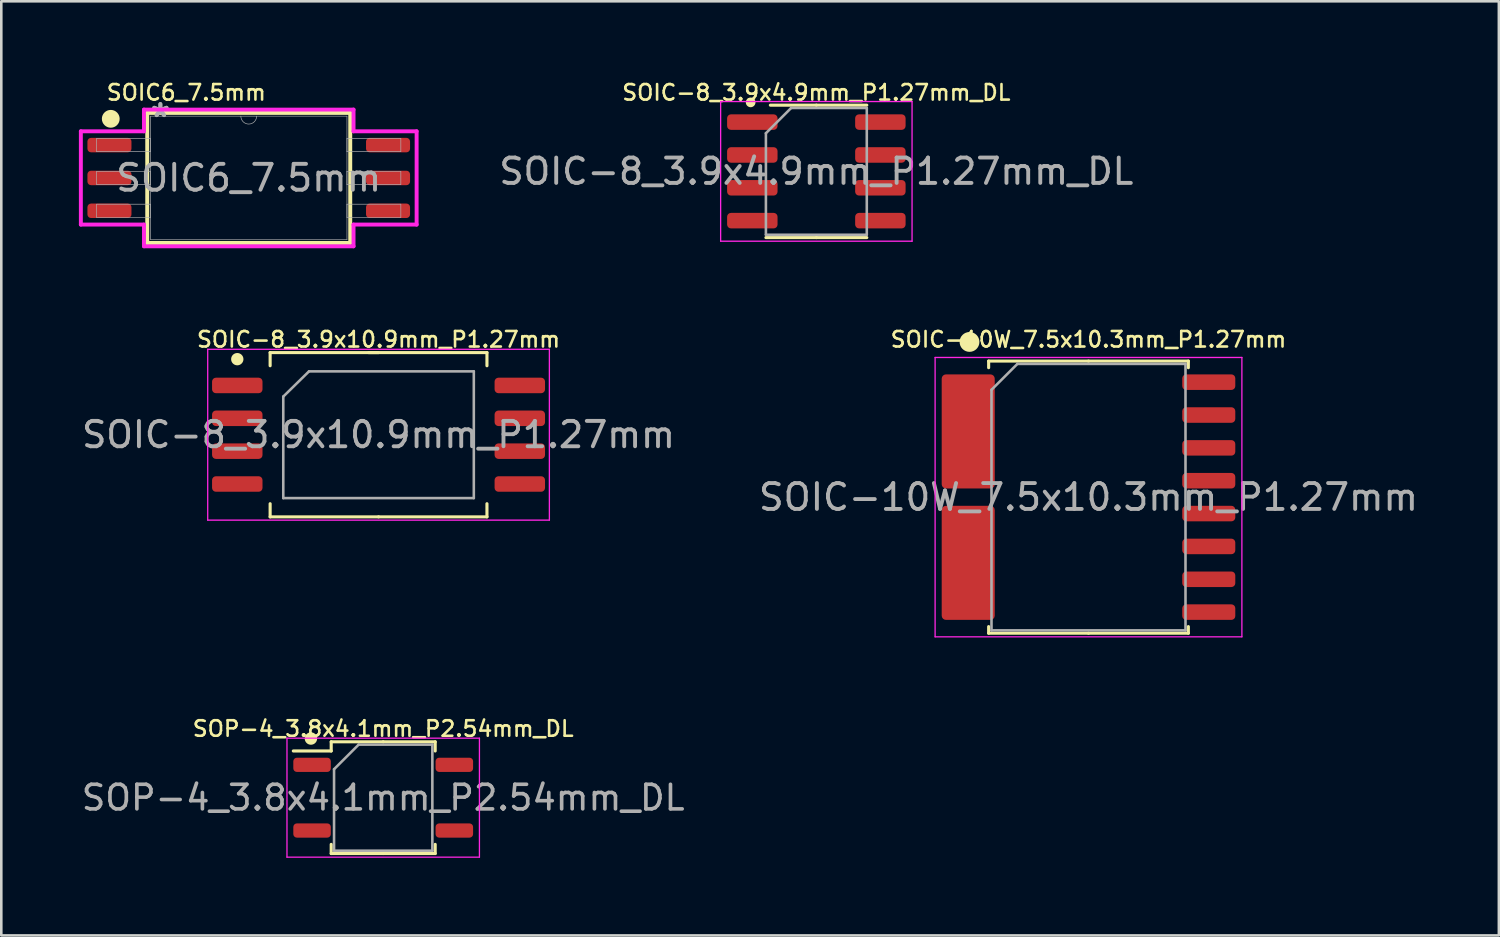
<source format=kicad_pcb>
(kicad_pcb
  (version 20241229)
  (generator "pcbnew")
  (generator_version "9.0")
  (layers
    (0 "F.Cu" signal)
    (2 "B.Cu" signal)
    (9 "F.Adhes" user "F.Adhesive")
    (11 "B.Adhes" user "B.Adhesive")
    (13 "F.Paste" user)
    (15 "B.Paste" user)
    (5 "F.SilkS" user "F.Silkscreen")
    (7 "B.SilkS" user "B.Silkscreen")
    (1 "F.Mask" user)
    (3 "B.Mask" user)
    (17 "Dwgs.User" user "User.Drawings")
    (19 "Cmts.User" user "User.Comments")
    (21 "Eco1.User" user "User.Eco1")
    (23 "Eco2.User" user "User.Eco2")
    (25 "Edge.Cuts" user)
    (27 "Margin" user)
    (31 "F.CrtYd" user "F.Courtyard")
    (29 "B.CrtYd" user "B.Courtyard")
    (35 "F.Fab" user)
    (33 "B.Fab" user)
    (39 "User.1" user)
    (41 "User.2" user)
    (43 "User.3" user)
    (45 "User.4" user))
  (footprint "SOIC-8_3.9x10.9mm_P1.27mm"
    (layer "F.Cu")
    (at 11.584 13.756)
    (property "Reference" "SOIC-8_3.9x10.9mm_P1.27mm" (at 0 -3.683 0) (layer "F.SilkS") (effects (font (size 0.6 0.6) (thickness 0.1))))
    (attr smd)
    (fp_line (start -4.191 -3.175) (end -4.191 -2.667) (stroke (width 0.12) (type default)) (layer "F.SilkS"))
    (fp_line (start -4.191 3.175) (end -4.191 2.667) (stroke (width 0.12) (type default)) (layer "F.SilkS"))
    (fp_line (start -0.381 -3.175) (end 4.191 -3.175) (stroke (width 0.12) (type solid)) (layer "F.SilkS"))
    (fp_line (start 0 -3.175) (end -4.191 -3.175) (stroke (width 0.12) (type solid)) (layer "F.SilkS"))
    (fp_line (start 0 3.175) (end -4.191 3.175) (stroke (width 0.12) (type solid)) (layer "F.SilkS"))
    (fp_line (start 0 3.175) (end 4.191 3.175) (stroke (width 0.12) (type solid)) (layer "F.SilkS"))
    (fp_line (start 4.191 -3.175) (end 4.191 -2.667) (stroke (width 0.12) (type default)) (layer "F.SilkS"))
    (fp_line (start 4.191 3.175) (end 4.191 2.667) (stroke (width 0.12) (type default)) (layer "F.SilkS"))
    (fp_circle (center -5.461 -2.921) (end -5.283 -2.915) (stroke (width 0.12) (type solid)) (fill yes) (layer "F.SilkS"))
    (fp_line (start -6.604 -3.302) (end -6.604 3.302) (stroke (width 0.05) (type solid)) (layer "F.CrtYd"))
    (fp_line (start -6.604 3.302) (end 6.604 3.302) (stroke (width 0.05) (type solid)) (layer "F.CrtYd"))
    (fp_line (start 6.604 -3.302) (end -6.604 -3.302) (stroke (width 0.05) (type solid)) (layer "F.CrtYd"))
    (fp_line (start 6.604 3.302) (end 6.604 -3.302) (stroke (width 0.05) (type solid)) (layer "F.CrtYd"))
    (fp_line (start -3.683 -1.475) (end -2.688 -2.45) (stroke (width 0.1) (type solid)) (layer "F.Fab"))
    (fp_line (start -3.683 2.45) (end -3.683 -1.475) (stroke (width 0.1) (type solid)) (layer "F.Fab"))
    (fp_line (start -2.688 -2.45) (end 3.683 -2.45) (stroke (width 0.1) (type solid)) (layer "F.Fab"))
    (fp_line (start 3.683 -2.45) (end 3.683 2.45) (stroke (width 0.1) (type solid)) (layer "F.Fab"))
    (fp_line (start 3.683 2.45) (end -3.683 2.45) (stroke (width 0.1) (type solid)) (layer "F.Fab"))
    (fp_text user "${REFERENCE}" (at 0 0 0) (layer "F.Fab") (effects (font (size 0.98 0.98) (thickness 0.15))))
    (pad "1" smd roundrect (at -5.461 -1.905) (size 1.95 0.6) (layers "F.Cu" "F.Mask" "F.Paste") (roundrect_rratio 0.25))
    (pad "2" smd roundrect (at -5.461 -0.635) (size 1.95 0.6) (layers "F.Cu" "F.Mask" "F.Paste") (roundrect_rratio 0.25))
    (pad "3" smd roundrect (at -5.461 0.635) (size 1.95 0.6) (layers "F.Cu" "F.Mask" "F.Paste") (roundrect_rratio 0.25))
    (pad "4" smd roundrect (at -5.461 1.905) (size 1.95 0.6) (layers "F.Cu" "F.Mask" "F.Paste") (roundrect_rratio 0.25))
    (pad "5" smd roundrect (at 5.461 1.905) (size 1.95 0.6) (layers "F.Cu" "F.Mask" "F.Paste") (roundrect_rratio 0.25))
    (pad "6" smd roundrect (at 5.461 0.635) (size 1.95 0.6) (layers "F.Cu" "F.Mask" "F.Paste") (roundrect_rratio 0.25))
    (pad "7" smd roundrect (at 5.461 -0.635) (size 1.95 0.6) (layers "F.Cu" "F.Mask" "F.Paste") (roundrect_rratio 0.25))
    (pad "8" smd roundrect (at 5.461 -1.905) (size 1.95 0.6) (layers "F.Cu" "F.Mask" "F.Paste") (roundrect_rratio 0.25)))
  (footprint "SOIC6_7.5mm"
    (layer "F.Cu")
    (at 6.566 3.829)
    (property "Reference" "SOIC6_7.5mm" (at -2.413 -3.302 0) (unlocked yes) (layer "F.SilkS") (effects (font (size 0.6 0.6) (thickness 0.1))))
    (attr smd)
    (fp_line (start -3.924 -2.515) (end -3.924 2.515) (stroke (width 0.152) (type solid)) (layer "F.SilkS"))
    (fp_line (start -3.924 2.515) (end 3.924 2.515) (stroke (width 0.152) (type solid)) (layer "F.SilkS"))
    (fp_line (start 3.924 -2.515) (end -3.924 -2.515) (stroke (width 0.152) (type solid)) (layer "F.SilkS"))
    (fp_line (start 3.924 2.515) (end 3.924 -2.515) (stroke (width 0.152) (type solid)) (layer "F.SilkS"))
    (fp_circle (center -5.334 -2.286) (end -5.05 -2.286) (stroke (width 0.12) (type solid)) (fill yes) (layer "F.SilkS"))
    (fp_line (start -6.49 -1.803) (end -4.051 -1.803) (stroke (width 0.152) (type solid)) (layer "F.CrtYd"))
    (fp_line (start -6.49 1.803) (end -6.49 -1.803) (stroke (width 0.152) (type solid)) (layer "F.CrtYd"))
    (fp_line (start -6.49 1.803) (end -4.051 1.803) (stroke (width 0.152) (type solid)) (layer "F.CrtYd"))
    (fp_line (start -4.051 -2.642) (end 4.051 -2.642) (stroke (width 0.152) (type solid)) (layer "F.CrtYd"))
    (fp_line (start -4.051 -1.803) (end -4.051 -2.642) (stroke (width 0.152) (type solid)) (layer "F.CrtYd"))
    (fp_line (start -4.051 2.642) (end -4.051 1.803) (stroke (width 0.152) (type solid)) (layer "F.CrtYd"))
    (fp_line (start 4.051 -2.642) (end 4.051 -1.803) (stroke (width 0.152) (type solid)) (layer "F.CrtYd"))
    (fp_line (start 4.051 1.803) (end 4.051 2.642) (stroke (width 0.152) (type solid)) (layer "F.CrtYd"))
    (fp_line (start 4.051 2.642) (end -4.051 2.642) (stroke (width 0.152) (type solid)) (layer "F.CrtYd"))
    (fp_line (start 6.49 -1.803) (end 4.051 -1.803) (stroke (width 0.152) (type solid)) (layer "F.CrtYd"))
    (fp_line (start 6.49 -1.803) (end 6.49 1.803) (stroke (width 0.152) (type solid)) (layer "F.CrtYd"))
    (fp_line (start 6.49 1.803) (end 4.051 1.803) (stroke (width 0.152) (type solid)) (layer "F.CrtYd"))
    (fp_line (start -5.88 -1.524) (end -5.88 -1.016) (stroke (width 0.025) (type solid)) (layer "F.Fab"))
    (fp_line (start -5.88 -1.016) (end -3.797 -1.016) (stroke (width 0.025) (type solid)) (layer "F.Fab"))
    (fp_line (start -5.88 -0.254) (end -5.88 0.254) (stroke (width 0.025) (type solid)) (layer "F.Fab"))
    (fp_line (start -5.88 0.254) (end -3.797 0.254) (stroke (width 0.025) (type solid)) (layer "F.Fab"))
    (fp_line (start -5.88 1.016) (end -5.88 1.524) (stroke (width 0.025) (type solid)) (layer "F.Fab"))
    (fp_line (start -5.88 1.524) (end -3.797 1.524) (stroke (width 0.025) (type solid)) (layer "F.Fab"))
    (fp_line (start -3.797 -2.388) (end -3.797 2.388) (stroke (width 0.025) (type solid)) (layer "F.Fab"))
    (fp_line (start -3.797 -1.524) (end -5.88 -1.524) (stroke (width 0.025) (type solid)) (layer "F.Fab"))
    (fp_line (start -3.797 -1.016) (end -3.797 -1.524) (stroke (width 0.025) (type solid)) (layer "F.Fab"))
    (fp_line (start -3.797 -0.254) (end -5.88 -0.254) (stroke (width 0.025) (type solid)) (layer "F.Fab"))
    (fp_line (start -3.797 0.254) (end -3.797 -0.254) (stroke (width 0.025) (type solid)) (layer "F.Fab"))
    (fp_line (start -3.797 1.016) (end -5.88 1.016) (stroke (width 0.025) (type solid)) (layer "F.Fab"))
    (fp_line (start -3.797 1.524) (end -3.797 1.016) (stroke (width 0.025) (type solid)) (layer "F.Fab"))
    (fp_line (start -3.797 2.388) (end 3.797 2.388) (stroke (width 0.025) (type solid)) (layer "F.Fab"))
    (fp_line (start 3.797 -2.388) (end -3.797 -2.388) (stroke (width 0.025) (type solid)) (layer "F.Fab"))
    (fp_line (start 3.797 -1.524) (end 3.797 -1.016) (stroke (width 0.025) (type solid)) (layer "F.Fab"))
    (fp_line (start 3.797 -1.016) (end 5.88 -1.016) (stroke (width 0.025) (type solid)) (layer "F.Fab"))
    (fp_line (start 3.797 -0.254) (end 3.797 0.254) (stroke (width 0.025) (type solid)) (layer "F.Fab"))
    (fp_line (start 3.797 0.254) (end 5.88 0.254) (stroke (width 0.025) (type solid)) (layer "F.Fab"))
    (fp_line (start 3.797 1.016) (end 3.797 1.524) (stroke (width 0.025) (type solid)) (layer "F.Fab"))
    (fp_line (start 3.797 1.524) (end 5.88 1.524) (stroke (width 0.025) (type solid)) (layer "F.Fab"))
    (fp_line (start 3.797 2.388) (end 3.797 -2.388) (stroke (width 0.025) (type solid)) (layer "F.Fab"))
    (fp_line (start 5.88 -1.524) (end 3.797 -1.524) (stroke (width 0.025) (type solid)) (layer "F.Fab"))
    (fp_line (start 5.88 -1.016) (end 5.88 -1.524) (stroke (width 0.025) (type solid)) (layer "F.Fab"))
    (fp_line (start 5.88 -0.254) (end 3.797 -0.254) (stroke (width 0.025) (type solid)) (layer "F.Fab"))
    (fp_line (start 5.88 0.254) (end 5.88 -0.254) (stroke (width 0.025) (type solid)) (layer "F.Fab"))
    (fp_line (start 5.88 1.016) (end 3.797 1.016) (stroke (width 0.025) (type solid)) (layer "F.Fab"))
    (fp_line (start 5.88 1.524) (end 5.88 1.016) (stroke (width 0.025) (type solid)) (layer "F.Fab"))
    (fp_arc (start 0.3048 -2.3876) (mid 0 -2.0828) (end -0.3048 -2.3876) (stroke (width 0.0254) (type solid)) (layer "F.Fab"))
    (fp_text user "*" (at -3.416 -2.311 0) (unlocked yes) (layer "F.Fab") (effects (font (size 1 1) (thickness 0.15))))
    (fp_text user "*" (at -3.416 -2.311 0) (layer "F.Fab") (effects (font (size 1 1) (thickness 0.15))))
    (fp_text user "${REFERENCE}" (at 0 0 0) (unlocked yes) (layer "F.Fab") (effects (font (size 1 1) (thickness 0.15))))
    (pad "1" smd roundrect (at -5.385 -1.27) (size 1.702 0.559) (layers "F.Cu" "F.Mask" "F.Paste") (roundrect_rratio 0.25))
    (pad "2" smd roundrect (at -5.385 0) (size 1.702 0.559) (layers "F.Cu" "F.Mask" "F.Paste") (roundrect_rratio 0.25))
    (pad "3" smd roundrect (at -5.385 1.27) (size 1.702 0.559) (layers "F.Cu" "F.Mask" "F.Paste") (roundrect_rratio 0.25))
    (pad "4" smd roundrect (at 5.385 1.27) (size 1.702 0.559) (layers "F.Cu" "F.Mask" "F.Paste") (roundrect_rratio 0.25))
    (pad "5" smd roundrect (at 5.385 0) (size 1.702 0.559) (layers "F.Cu" "F.Mask" "F.Paste") (roundrect_rratio 0.25))
    (pad "6" smd roundrect (at 5.385 -1.27) (size 1.702 0.559) (layers "F.Cu" "F.Mask" "F.Paste") (roundrect_rratio 0.25)))
  (footprint "SOP-4_3.8x4.1mm_P2.54mm_DL"
    (layer "F.Cu")
    (at 11.764 27.787)
    (property "Reference" "SOP-4_3.8x4.1mm_P2.54mm_DL" (at 0 -2.667 0) (layer "F.SilkS") (effects (font (size 0.6 0.6) (thickness 0.1))))
    (attr smd)
    (fp_line (start -2.01 -2.16) (end -2.01 -1.805) (stroke (width 0.12) (type solid)) (layer "F.SilkS"))
    (fp_line (start -2.01 -1.805) (end -3.475 -1.805) (stroke (width 0.12) (type solid)) (layer "F.SilkS"))
    (fp_line (start -2.01 2.16) (end -2.01 1.805) (stroke (width 0.12) (type solid)) (layer "F.SilkS"))
    (fp_line (start 0 -2.16) (end -2.01 -2.16) (stroke (width 0.12) (type solid)) (layer "F.SilkS"))
    (fp_line (start 0 -2.16) (end 2.01 -2.16) (stroke (width 0.12) (type solid)) (layer "F.SilkS"))
    (fp_line (start 0 2.16) (end -2.01 2.16) (stroke (width 0.12) (type solid)) (layer "F.SilkS"))
    (fp_line (start 0 2.16) (end 2.01 2.16) (stroke (width 0.12) (type solid)) (layer "F.SilkS"))
    (fp_line (start 2.01 -2.16) (end 2.01 -1.805) (stroke (width 0.12) (type solid)) (layer "F.SilkS"))
    (fp_line (start 2.01 2.16) (end 2.01 1.805) (stroke (width 0.12) (type solid)) (layer "F.SilkS"))
    (fp_circle (center -2.794 -2.286) (end -2.614 -2.286) (stroke (width 0.12) (type solid)) (fill yes) (layer "F.SilkS"))
    (fp_line (start -3.72 -2.3) (end -3.72 2.3) (stroke (width 0.05) (type solid)) (layer "F.CrtYd"))
    (fp_line (start -3.72 2.3) (end 3.72 2.3) (stroke (width 0.05) (type solid)) (layer "F.CrtYd"))
    (fp_line (start 3.72 -2.3) (end -3.72 -2.3) (stroke (width 0.05) (type solid)) (layer "F.CrtYd"))
    (fp_line (start 3.72 2.3) (end 3.72 -2.3) (stroke (width 0.05) (type solid)) (layer "F.CrtYd"))
    (fp_line (start -1.9 -1.1) (end -0.95 -2.05) (stroke (width 0.1) (type solid)) (layer "F.Fab"))
    (fp_line (start -1.9 2.05) (end -1.9 -1.1) (stroke (width 0.1) (type solid)) (layer "F.Fab"))
    (fp_line (start -0.95 -2.05) (end 1.9 -2.05) (stroke (width 0.1) (type solid)) (layer "F.Fab"))
    (fp_line (start 1.9 -2.05) (end 1.9 2.05) (stroke (width 0.1) (type solid)) (layer "F.Fab"))
    (fp_line (start 1.9 2.05) (end -1.9 2.05) (stroke (width 0.1) (type solid)) (layer "F.Fab"))
    (fp_text user "${REFERENCE}" (at 0 0 0) (layer "F.Fab") (effects (font (size 0.95 0.95) (thickness 0.14))))
    (pad "1" smd roundrect (at -2.75 -1.27) (size 1.45 0.55) (layers "F.Cu" "F.Mask" "F.Paste") (roundrect_rratio 0.25))
    (pad "2" smd roundrect (at -2.75 1.27) (size 1.45 0.55) (layers "F.Cu" "F.Mask" "F.Paste") (roundrect_rratio 0.25))
    (pad "3" smd roundrect (at 2.75 1.27) (size 1.45 0.55) (layers "F.Cu" "F.Mask" "F.Paste") (roundrect_rratio 0.25))
    (pad "4" smd roundrect (at 2.75 -1.27) (size 1.45 0.55) (layers "F.Cu" "F.Mask" "F.Paste") (roundrect_rratio 0.25)))
  (footprint "SOIC-8_3.9x4.9mm_P1.27mm_DL"
    (layer "F.Cu")
    (at 28.509 3.575)
    (property "Reference" "SOIC-8_3.9x4.9mm_P1.27mm_DL" (at 0 -3.048 0) (layer "F.SilkS") (effects (font (size 0.6 0.6) (thickness 0.1))))
    (attr smd)
    (fp_line (start 0 -2.56) (end -1.778 -2.56) (stroke (width 0.12) (type solid)) (layer "F.SilkS"))
    (fp_line (start 0 -2.56) (end 1.95 -2.56) (stroke (width 0.12) (type solid)) (layer "F.SilkS"))
    (fp_line (start 0 2.56) (end -1.95 2.56) (stroke (width 0.12) (type solid)) (layer "F.SilkS"))
    (fp_line (start 0 2.56) (end 1.95 2.56) (stroke (width 0.12) (type solid)) (layer "F.SilkS"))
    (fp_circle (center -2.54 -2.667) (end -2.413 -2.667) (stroke (width 0.12) (type solid)) (fill yes) (layer "F.SilkS"))
    (fp_line (start -3.7 -2.7) (end -3.7 2.7) (stroke (width 0.05) (type solid)) (layer "F.CrtYd"))
    (fp_line (start -3.7 2.7) (end 3.7 2.7) (stroke (width 0.05) (type solid)) (layer "F.CrtYd"))
    (fp_line (start 3.7 -2.7) (end -3.7 -2.7) (stroke (width 0.05) (type solid)) (layer "F.CrtYd"))
    (fp_line (start 3.7 2.7) (end 3.7 -2.7) (stroke (width 0.05) (type solid)) (layer "F.CrtYd"))
    (fp_line (start -1.95 -1.475) (end -0.975 -2.45) (stroke (width 0.1) (type solid)) (layer "F.Fab"))
    (fp_line (start -1.95 2.45) (end -1.95 -1.475) (stroke (width 0.1) (type solid)) (layer "F.Fab"))
    (fp_line (start -0.975 -2.45) (end 1.95 -2.45) (stroke (width 0.1) (type solid)) (layer "F.Fab"))
    (fp_line (start 1.95 -2.45) (end 1.95 2.45) (stroke (width 0.1) (type solid)) (layer "F.Fab"))
    (fp_line (start 1.95 2.45) (end -1.95 2.45) (stroke (width 0.1) (type solid)) (layer "F.Fab"))
    (fp_text user "${REFERENCE}" (at 0 0 0) (layer "F.Fab") (effects (font (size 0.98 0.98) (thickness 0.15))))
    (pad "1" smd roundrect (at -2.475 -1.905) (size 1.95 0.6) (layers "F.Cu" "F.Mask" "F.Paste") (roundrect_rratio 0.25))
    (pad "2" smd roundrect (at -2.475 -0.635) (size 1.95 0.6) (layers "F.Cu" "F.Mask" "F.Paste") (roundrect_rratio 0.25))
    (pad "3" smd roundrect (at -2.475 0.635) (size 1.95 0.6) (layers "F.Cu" "F.Mask" "F.Paste") (roundrect_rratio 0.25))
    (pad "4" smd roundrect (at -2.475 1.905) (size 1.95 0.6) (layers "F.Cu" "F.Mask" "F.Paste") (roundrect_rratio 0.25))
    (pad "5" smd roundrect (at 2.475 1.905) (size 1.95 0.6) (layers "F.Cu" "F.Mask" "F.Paste") (roundrect_rratio 0.25))
    (pad "6" smd roundrect (at 2.475 0.635) (size 1.95 0.6) (layers "F.Cu" "F.Mask" "F.Paste") (roundrect_rratio 0.25))
    (pad "7" smd roundrect (at 2.475 -0.635) (size 1.95 0.6) (layers "F.Cu" "F.Mask" "F.Paste") (roundrect_rratio 0.25))
    (pad "8" smd roundrect (at 2.475 -1.905) (size 1.95 0.6) (layers "F.Cu" "F.Mask" "F.Paste") (roundrect_rratio 0.25)))
  (footprint "SOIC-10W_7.5x10.3mm_P1.27mm"
    (layer "F.Cu")
    (at 39.03 16.169)
    (property "Reference" "SOIC-10W_7.5x10.3mm_P1.27mm" (at 0 -6.096 0) (layer "F.SilkS") (effects (font (size 0.6 0.6) (thickness 0.1) (bold yes))))
    (attr smd)
    (fp_line (start -3.86 -5.26) (end -3.86 -5.005) (stroke (width 0.12) (type solid)) (layer "F.SilkS"))
    (fp_line (start -3.86 5.26) (end -3.86 5.005) (stroke (width 0.12) (type solid)) (layer "F.SilkS"))
    (fp_line (start 0 -5.26) (end -3.86 -5.26) (stroke (width 0.12) (type solid)) (layer "F.SilkS"))
    (fp_line (start 0 -5.26) (end 3.86 -5.26) (stroke (width 0.12) (type solid)) (layer "F.SilkS"))
    (fp_line (start 0 5.26) (end -3.86 5.26) (stroke (width 0.12) (type solid)) (layer "F.SilkS"))
    (fp_line (start 0 5.26) (end 3.86 5.26) (stroke (width 0.12) (type solid)) (layer "F.SilkS"))
    (fp_line (start 3.86 -5.26) (end 3.86 -5.005) (stroke (width 0.12) (type solid)) (layer "F.SilkS"))
    (fp_line (start 3.86 5.26) (end 3.86 5.005) (stroke (width 0.12) (type solid)) (layer "F.SilkS"))
    (fp_circle (center -4.6 -6) (end -4.317 -6) (stroke (width 0.2) (type solid)) (fill yes) (layer "F.SilkS"))
    (fp_line (start -5.93 -5.4) (end -5.93 5.4) (stroke (width 0.05) (type solid)) (layer "F.CrtYd"))
    (fp_line (start -5.93 5.4) (end 5.93 5.4) (stroke (width 0.05) (type solid)) (layer "F.CrtYd"))
    (fp_line (start 5.93 -5.4) (end -5.93 -5.4) (stroke (width 0.05) (type solid)) (layer "F.CrtYd"))
    (fp_line (start 5.93 5.4) (end 5.93 -5.4) (stroke (width 0.05) (type solid)) (layer "F.CrtYd"))
    (fp_line (start -3.75 -4.15) (end -2.75 -5.15) (stroke (width 0.1) (type solid)) (layer "F.Fab"))
    (fp_line (start -3.75 5.15) (end -3.75 -4.15) (stroke (width 0.1) (type solid)) (layer "F.Fab"))
    (fp_line (start -2.75 -5.15) (end 3.75 -5.15) (stroke (width 0.1) (type solid)) (layer "F.Fab"))
    (fp_line (start 3.75 -5.15) (end 3.75 5.15) (stroke (width 0.1) (type solid)) (layer "F.Fab"))
    (fp_line (start 3.75 5.15) (end -3.75 5.15) (stroke (width 0.1) (type solid)) (layer "F.Fab"))
    (fp_text user "${REFERENCE}" (at 0 0 0) (layer "F.Fab") (effects (font (size 1 1) (thickness 0.15))))
    (pad "1" smd roundrect (at -4.65 -2.54) (size 2.05 4.41) (layers "F.Cu" "F.Mask" "F.Paste") (roundrect_rratio 0.08))
    (pad "2" smd roundrect (at -4.65 2.54) (size 2.05 4.41) (layers "F.Cu" "F.Mask" "F.Paste") (roundrect_rratio 0.08))
    (pad "3" smd roundrect (at 4.65 4.445) (size 2.05 0.6) (layers "F.Cu" "F.Mask" "F.Paste") (roundrect_rratio 0.25))
    (pad "4" smd roundrect (at 4.65 3.175) (size 2.05 0.6) (layers "F.Cu" "F.Mask" "F.Paste") (roundrect_rratio 0.25))
    (pad "5" smd roundrect (at 4.65 1.905) (size 2.05 0.6) (layers "F.Cu" "F.Mask" "F.Paste") (roundrect_rratio 0.25))
    (pad "6" smd roundrect (at 4.65 0.635) (size 2.05 0.6) (layers "F.Cu" "F.Mask" "F.Paste") (roundrect_rratio 0.25))
    (pad "7" smd roundrect (at 4.65 -0.635) (size 2.05 0.6) (layers "F.Cu" "F.Mask" "F.Paste") (roundrect_rratio 0.25))
    (pad "8" smd roundrect (at 4.65 -1.905) (size 2.05 0.6) (layers "F.Cu" "F.Mask" "F.Paste") (roundrect_rratio 0.25))
    (pad "9" smd roundrect (at 4.65 -3.175) (size 2.05 0.6) (layers "F.Cu" "F.Mask" "F.Paste") (roundrect_rratio 0.25))
    (pad "10" smd roundrect (at 4.65 -4.445) (size 2.05 0.6) (layers "F.Cu" "F.Mask" "F.Paste") (roundrect_rratio 0.25)))
  (gr_rect
    (start -3 -3)
    (end 54.894 33.112)
    (stroke (width 0.1) (type default))
    (fill no)
    (layer "Edge.Cuts")))
</source>
